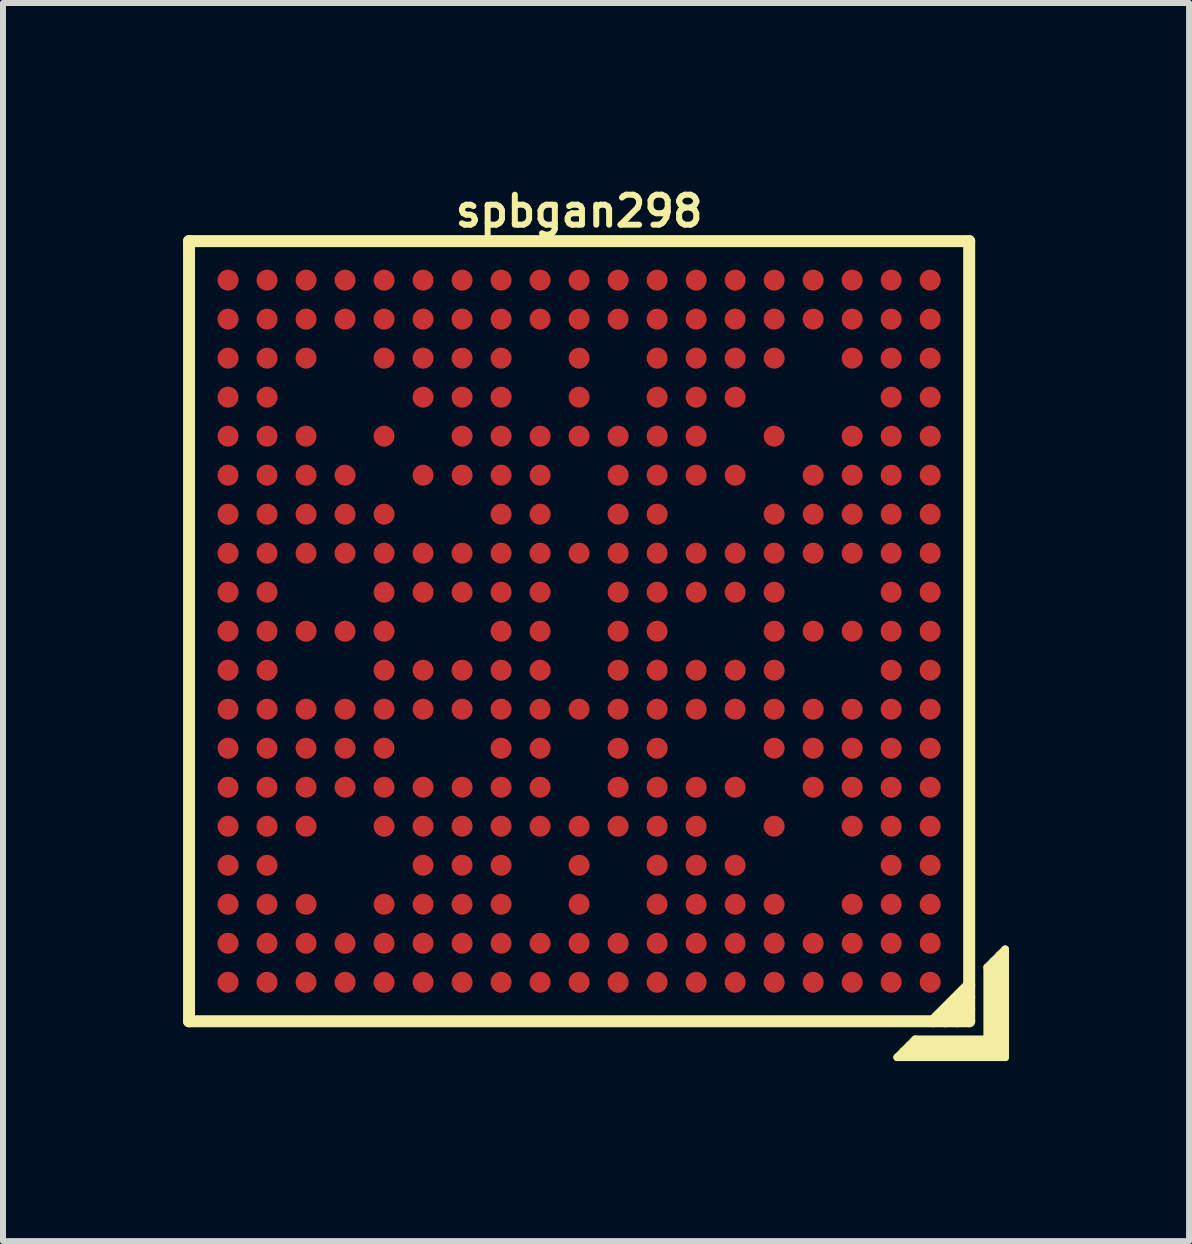
<source format=kicad_pcb>
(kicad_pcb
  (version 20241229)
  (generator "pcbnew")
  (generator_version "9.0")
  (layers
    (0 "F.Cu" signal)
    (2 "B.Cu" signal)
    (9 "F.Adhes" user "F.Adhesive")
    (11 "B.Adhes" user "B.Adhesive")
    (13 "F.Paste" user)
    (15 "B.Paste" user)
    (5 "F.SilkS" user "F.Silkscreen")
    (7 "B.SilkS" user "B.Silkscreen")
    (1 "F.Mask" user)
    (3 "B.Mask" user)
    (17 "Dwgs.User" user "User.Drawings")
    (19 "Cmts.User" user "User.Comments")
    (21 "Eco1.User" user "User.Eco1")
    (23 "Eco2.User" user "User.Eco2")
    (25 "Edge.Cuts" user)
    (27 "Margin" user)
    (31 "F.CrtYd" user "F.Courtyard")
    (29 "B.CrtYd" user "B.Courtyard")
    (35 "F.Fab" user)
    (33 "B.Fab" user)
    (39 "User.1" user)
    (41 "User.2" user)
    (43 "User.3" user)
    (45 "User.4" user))
  (footprint "spbgan298"
    (layer "F.Cu")
    (at 6.6 7.468)
    (property "Reference" "spbgan298" (at 0 -7 0) (layer "F.SilkS") (effects (font (size 0.5 0.5) (thickness 0.1))))
    (attr through_hole)
    (fp_line (start -6.5 -6.5) (end 6.5 -6.5) (stroke (width 0.2) (type solid)) (layer "F.SilkS"))
    (fp_line (start -6.5 6.5) (end -6.5 -6.5) (stroke (width 0.2) (type solid)) (layer "F.SilkS"))
    (fp_line (start 5.3 7.1) (end 5.6 6.8) (stroke (width 0.127) (type solid)) (layer "F.SilkS"))
    (fp_line (start 5.4 7) (end 7 7) (stroke (width 0.127) (type solid)) (layer "F.SilkS"))
    (fp_line (start 5.6 6.8) (end 6.8 6.8) (stroke (width 0.127) (type solid)) (layer "F.SilkS"))
    (fp_line (start 6.3 6.5) (end 6.5 6.3) (stroke (width 0.2) (type solid)) (layer "F.SilkS"))
    (fp_line (start 6.5 -6.5) (end 6.5 6.5) (stroke (width 0.2) (type solid)) (layer "F.SilkS"))
    (fp_line (start 6.5 5.9) (end 5.9 6.5) (stroke (width 0.2) (type solid)) (layer "F.SilkS"))
    (fp_line (start 6.5 6.1) (end 6.1 6.5) (stroke (width 0.2) (type solid)) (layer "F.SilkS"))
    (fp_line (start 6.5 6.5) (end -6.5 6.5) (stroke (width 0.2) (type solid)) (layer "F.SilkS"))
    (fp_line (start 6.8 5.6) (end 7.1 5.3) (stroke (width 0.127) (type solid)) (layer "F.SilkS"))
    (fp_line (start 6.8 6.8) (end 6.8 5.6) (stroke (width 0.127) (type solid)) (layer "F.SilkS"))
    (fp_line (start 6.9 5.5) (end 6.9 6.9) (stroke (width 0.127) (type solid)) (layer "F.SilkS"))
    (fp_line (start 6.9 6.9) (end 5.5 6.9) (stroke (width 0.127) (type solid)) (layer "F.SilkS"))
    (fp_line (start 7 7) (end 7 5.4) (stroke (width 0.127) (type solid)) (layer "F.SilkS"))
    (fp_line (start 7.1 5.3) (end 7.1 7.1) (stroke (width 0.127) (type solid)) (layer "F.SilkS"))
    (fp_line (start 7.1 7.1) (end 5.3 7.1) (stroke (width 0.127) (type solid)) (layer "F.SilkS"))
    (pad "A1" smd circle (at 5.85 5.85) (size 0.35 0.35) (layers "F.Cu" "F.Mask" "F.Paste"))
    (pad "A2" smd circle (at 5.2 5.85) (size 0.35 0.35) (layers "F.Cu" "F.Mask" "F.Paste"))
    (pad "A3" smd circle (at 4.55 5.85) (size 0.35 0.35) (layers "F.Cu" "F.Mask" "F.Paste"))
    (pad "A4" smd circle (at 3.9 5.85) (size 0.35 0.35) (layers "F.Cu" "F.Mask" "F.Paste"))
    (pad "A5" smd circle (at 3.25 5.85) (size 0.35 0.35) (layers "F.Cu" "F.Mask" "F.Paste"))
    (pad "A6" smd circle (at 2.6 5.85) (size 0.35 0.35) (layers "F.Cu" "F.Mask" "F.Paste"))
    (pad "A7" smd circle (at 1.95 5.85) (size 0.35 0.35) (layers "F.Cu" "F.Mask" "F.Paste"))
    (pad "A8" smd circle (at 1.3 5.85) (size 0.35 0.35) (layers "F.Cu" "F.Mask" "F.Paste"))
    (pad "A9" smd circle (at 0.65 5.85) (size 0.35 0.35) (layers "F.Cu" "F.Mask" "F.Paste"))
    (pad "A10" smd circle (at 0 5.85) (size 0.35 0.35) (layers "F.Cu" "F.Mask" "F.Paste"))
    (pad "A11" smd circle (at -0.65 5.85) (size 0.35 0.35) (layers "F.Cu" "F.Mask" "F.Paste"))
    (pad "A12" smd circle (at -1.3 5.85) (size 0.35 0.35) (layers "F.Cu" "F.Mask" "F.Paste"))
    (pad "A13" smd circle (at -1.95 5.85) (size 0.35 0.35) (layers "F.Cu" "F.Mask" "F.Paste"))
    (pad "A14" smd circle (at -2.6 5.85) (size 0.35 0.35) (layers "F.Cu" "F.Mask" "F.Paste"))
    (pad "A15" smd circle (at -3.25 5.85) (size 0.35 0.35) (layers "F.Cu" "F.Mask" "F.Paste"))
    (pad "A16" smd circle (at -3.9 5.85) (size 0.35 0.35) (layers "F.Cu" "F.Mask" "F.Paste"))
    (pad "A17" smd circle (at -4.55 5.85) (size 0.35 0.35) (layers "F.Cu" "F.Mask" "F.Paste"))
    (pad "A18" smd circle (at -5.2 5.85) (size 0.35 0.35) (layers "F.Cu" "F.Mask" "F.Paste"))
    (pad "A19" smd circle (at -5.85 5.85) (size 0.35 0.35) (layers "F.Cu" "F.Mask" "F.Paste"))
    (pad "B1" smd circle (at 5.85 5.2) (size 0.35 0.35) (layers "F.Cu" "F.Mask" "F.Paste"))
    (pad "B2" smd circle (at 5.2 5.2) (size 0.35 0.35) (layers "F.Cu" "F.Mask" "F.Paste"))
    (pad "B3" smd circle (at 4.55 5.2) (size 0.35 0.35) (layers "F.Cu" "F.Mask" "F.Paste"))
    (pad "B4" smd circle (at 3.9 5.2) (size 0.35 0.35) (layers "F.Cu" "F.Mask" "F.Paste"))
    (pad "B5" smd circle (at 3.25 5.2) (size 0.35 0.35) (layers "F.Cu" "F.Mask" "F.Paste"))
    (pad "B6" smd circle (at 2.6 5.2) (size 0.35 0.35) (layers "F.Cu" "F.Mask" "F.Paste"))
    (pad "B7" smd circle (at 1.95 5.2) (size 0.35 0.35) (layers "F.Cu" "F.Mask" "F.Paste"))
    (pad "B8" smd circle (at 1.3 5.2) (size 0.35 0.35) (layers "F.Cu" "F.Mask" "F.Paste"))
    (pad "B9" smd circle (at 0.65 5.2) (size 0.35 0.35) (layers "F.Cu" "F.Mask" "F.Paste"))
    (pad "B10" smd circle (at 0 5.2) (size 0.35 0.35) (layers "F.Cu" "F.Mask" "F.Paste"))
    (pad "B11" smd circle (at -0.65 5.2) (size 0.35 0.35) (layers "F.Cu" "F.Mask" "F.Paste"))
    (pad "B12" smd circle (at -1.3 5.2) (size 0.35 0.35) (layers "F.Cu" "F.Mask" "F.Paste"))
    (pad "B13" smd circle (at -1.95 5.2) (size 0.35 0.35) (layers "F.Cu" "F.Mask" "F.Paste"))
    (pad "B14" smd circle (at -2.6 5.2) (size 0.35 0.35) (layers "F.Cu" "F.Mask" "F.Paste"))
    (pad "B15" smd circle (at -3.25 5.2) (size 0.35 0.35) (layers "F.Cu" "F.Mask" "F.Paste"))
    (pad "B16" smd circle (at -3.9 5.2) (size 0.35 0.35) (layers "F.Cu" "F.Mask" "F.Paste"))
    (pad "B17" smd circle (at -4.55 5.2) (size 0.35 0.35) (layers "F.Cu" "F.Mask" "F.Paste"))
    (pad "B18" smd circle (at -5.2 5.2) (size 0.35 0.35) (layers "F.Cu" "F.Mask" "F.Paste"))
    (pad "B19" smd circle (at -5.85 5.2) (size 0.35 0.35) (layers "F.Cu" "F.Mask" "F.Paste"))
    (pad "C1" smd circle (at 5.85 4.55) (size 0.35 0.35) (layers "F.Cu" "F.Mask" "F.Paste"))
    (pad "C2" smd circle (at 5.2 4.55) (size 0.35 0.35) (layers "F.Cu" "F.Mask" "F.Paste"))
    (pad "C3" smd circle (at 4.55 4.55) (size 0.35 0.35) (layers "F.Cu" "F.Mask" "F.Paste"))
    (pad "C5" smd circle (at 3.25 4.55) (size 0.35 0.35) (layers "F.Cu" "F.Mask" "F.Paste"))
    (pad "C6" smd circle (at 2.6 4.55) (size 0.35 0.35) (layers "F.Cu" "F.Mask" "F.Paste"))
    (pad "C7" smd circle (at 1.95 4.55) (size 0.35 0.35) (layers "F.Cu" "F.Mask" "F.Paste"))
    (pad "C8" smd circle (at 1.3 4.55) (size 0.35 0.35) (layers "F.Cu" "F.Mask" "F.Paste"))
    (pad "C10" smd circle (at 0 4.55) (size 0.35 0.35) (layers "F.Cu" "F.Mask" "F.Paste"))
    (pad "C12" smd circle (at -1.3 4.55) (size 0.35 0.35) (layers "F.Cu" "F.Mask" "F.Paste"))
    (pad "C13" smd circle (at -1.95 4.55) (size 0.35 0.35) (layers "F.Cu" "F.Mask" "F.Paste"))
    (pad "C14" smd circle (at -2.6 4.55) (size 0.35 0.35) (layers "F.Cu" "F.Mask" "F.Paste"))
    (pad "C15" smd circle (at -3.25 4.55) (size 0.35 0.35) (layers "F.Cu" "F.Mask" "F.Paste"))
    (pad "C17" smd circle (at -4.55 4.55) (size 0.35 0.35) (layers "F.Cu" "F.Mask" "F.Paste"))
    (pad "C18" smd circle (at -5.2 4.55) (size 0.35 0.35) (layers "F.Cu" "F.Mask" "F.Paste"))
    (pad "C19" smd circle (at -5.85 4.55) (size 0.35 0.35) (layers "F.Cu" "F.Mask" "F.Paste"))
    (pad "D1" smd circle (at 5.85 3.9) (size 0.35 0.35) (layers "F.Cu" "F.Mask" "F.Paste"))
    (pad "D2" smd circle (at 5.2 3.9) (size 0.35 0.35) (layers "F.Cu" "F.Mask" "F.Paste"))
    (pad "D6" smd circle (at 2.6 3.9) (size 0.35 0.35) (layers "F.Cu" "F.Mask" "F.Paste"))
    (pad "D7" smd circle (at 1.95 3.9) (size 0.35 0.35) (layers "F.Cu" "F.Mask" "F.Paste"))
    (pad "D8" smd circle (at 1.3 3.9) (size 0.35 0.35) (layers "F.Cu" "F.Mask" "F.Paste"))
    (pad "D10" smd circle (at 0 3.9) (size 0.35 0.35) (layers "F.Cu" "F.Mask" "F.Paste"))
    (pad "D12" smd circle (at -1.3 3.9) (size 0.35 0.35) (layers "F.Cu" "F.Mask" "F.Paste"))
    (pad "D13" smd circle (at -1.95 3.9) (size 0.35 0.35) (layers "F.Cu" "F.Mask" "F.Paste"))
    (pad "D14" smd circle (at -2.6 3.9) (size 0.35 0.35) (layers "F.Cu" "F.Mask" "F.Paste"))
    (pad "D18" smd circle (at -5.2 3.9) (size 0.35 0.35) (layers "F.Cu" "F.Mask" "F.Paste"))
    (pad "D19" smd circle (at -5.85 3.9) (size 0.35 0.35) (layers "F.Cu" "F.Mask" "F.Paste"))
    (pad "E1" smd circle (at 5.85 3.25) (size 0.35 0.35) (layers "F.Cu" "F.Mask" "F.Paste"))
    (pad "E2" smd circle (at 5.2 3.25) (size 0.35 0.35) (layers "F.Cu" "F.Mask" "F.Paste"))
    (pad "E3" smd circle (at 4.55 3.25) (size 0.35 0.35) (layers "F.Cu" "F.Mask" "F.Paste"))
    (pad "E5" smd circle (at 3.25 3.25) (size 0.35 0.35) (layers "F.Cu" "F.Mask" "F.Paste"))
    (pad "E7" smd circle (at 1.95 3.25) (size 0.35 0.35) (layers "F.Cu" "F.Mask" "F.Paste"))
    (pad "E8" smd circle (at 1.3 3.25) (size 0.35 0.35) (layers "F.Cu" "F.Mask" "F.Paste"))
    (pad "E9" smd circle (at 0.65 3.25) (size 0.35 0.35) (layers "F.Cu" "F.Mask" "F.Paste"))
    (pad "E10" smd circle (at 0 3.25) (size 0.35 0.35) (layers "F.Cu" "F.Mask" "F.Paste"))
    (pad "E11" smd circle (at -0.65 3.25) (size 0.35 0.35) (layers "F.Cu" "F.Mask" "F.Paste"))
    (pad "E12" smd circle (at -1.3 3.25) (size 0.35 0.35) (layers "F.Cu" "F.Mask" "F.Paste"))
    (pad "E13" smd circle (at -1.95 3.25) (size 0.35 0.35) (layers "F.Cu" "F.Mask" "F.Paste"))
    (pad "E14" smd circle (at -2.6 3.25) (size 0.35 0.35) (layers "F.Cu" "F.Mask" "F.Paste"))
    (pad "E15" smd circle (at -3.25 3.25) (size 0.35 0.35) (layers "F.Cu" "F.Mask" "F.Paste"))
    (pad "E17" smd circle (at -4.55 3.25) (size 0.35 0.35) (layers "F.Cu" "F.Mask" "F.Paste"))
    (pad "E18" smd circle (at -5.2 3.25) (size 0.35 0.35) (layers "F.Cu" "F.Mask" "F.Paste"))
    (pad "E19" smd circle (at -5.85 3.25) (size 0.35 0.35) (layers "F.Cu" "F.Mask" "F.Paste"))
    (pad "F1" smd circle (at 5.85 2.6) (size 0.35 0.35) (layers "F.Cu" "F.Mask" "F.Paste"))
    (pad "F2" smd circle (at 5.2 2.6) (size 0.35 0.35) (layers "F.Cu" "F.Mask" "F.Paste"))
    (pad "F3" smd circle (at 4.55 2.6) (size 0.35 0.35) (layers "F.Cu" "F.Mask" "F.Paste"))
    (pad "F4" smd circle (at 3.9 2.6) (size 0.35 0.35) (layers "F.Cu" "F.Mask" "F.Paste"))
    (pad "F6" smd circle (at 2.6 2.6) (size 0.35 0.35) (layers "F.Cu" "F.Mask" "F.Paste"))
    (pad "F7" smd circle (at 1.95 2.6) (size 0.35 0.35) (layers "F.Cu" "F.Mask" "F.Paste"))
    (pad "F8" smd circle (at 1.3 2.6) (size 0.35 0.35) (layers "F.Cu" "F.Mask" "F.Paste"))
    (pad "F9" smd circle (at 0.65 2.6) (size 0.35 0.35) (layers "F.Cu" "F.Mask" "F.Paste"))
    (pad "F11" smd circle (at -0.65 2.6) (size 0.35 0.35) (layers "F.Cu" "F.Mask" "F.Paste"))
    (pad "F12" smd circle (at -1.3 2.6) (size 0.35 0.35) (layers "F.Cu" "F.Mask" "F.Paste"))
    (pad "F13" smd circle (at -1.95 2.6) (size 0.35 0.35) (layers "F.Cu" "F.Mask" "F.Paste"))
    (pad "F14" smd circle (at -2.6 2.6) (size 0.35 0.35) (layers "F.Cu" "F.Mask" "F.Paste"))
    (pad "F15" smd circle (at -3.25 2.6) (size 0.35 0.35) (layers "F.Cu" "F.Mask" "F.Paste"))
    (pad "F16" smd circle (at -3.9 2.6) (size 0.35 0.35) (layers "F.Cu" "F.Mask" "F.Paste"))
    (pad "F17" smd circle (at -4.55 2.6) (size 0.35 0.35) (layers "F.Cu" "F.Mask" "F.Paste"))
    (pad "F18" smd circle (at -5.2 2.6) (size 0.35 0.35) (layers "F.Cu" "F.Mask" "F.Paste"))
    (pad "F19" smd circle (at -5.85 2.6) (size 0.35 0.35) (layers "F.Cu" "F.Mask" "F.Paste"))
    (pad "G1" smd circle (at 5.85 1.95) (size 0.35 0.35) (layers "F.Cu" "F.Mask" "F.Paste"))
    (pad "G2" smd circle (at 5.2 1.95) (size 0.35 0.35) (layers "F.Cu" "F.Mask" "F.Paste"))
    (pad "G3" smd circle (at 4.55 1.95) (size 0.35 0.35) (layers "F.Cu" "F.Mask" "F.Paste"))
    (pad "G4" smd circle (at 3.9 1.95) (size 0.35 0.35) (layers "F.Cu" "F.Mask" "F.Paste"))
    (pad "G5" smd circle (at 3.25 1.95) (size 0.35 0.35) (layers "F.Cu" "F.Mask" "F.Paste"))
    (pad "G8" smd circle (at 1.3 1.95) (size 0.35 0.35) (layers "F.Cu" "F.Mask" "F.Paste"))
    (pad "G9" smd circle (at 0.65 1.95) (size 0.35 0.35) (layers "F.Cu" "F.Mask" "F.Paste"))
    (pad "G11" smd circle (at -0.65 1.95) (size 0.35 0.35) (layers "F.Cu" "F.Mask" "F.Paste"))
    (pad "G12" smd circle (at -1.3 1.95) (size 0.35 0.35) (layers "F.Cu" "F.Mask" "F.Paste"))
    (pad "G15" smd circle (at -3.25 1.95) (size 0.35 0.35) (layers "F.Cu" "F.Mask" "F.Paste"))
    (pad "G16" smd circle (at -3.9 1.95) (size 0.35 0.35) (layers "F.Cu" "F.Mask" "F.Paste"))
    (pad "G17" smd circle (at -4.55 1.95) (size 0.35 0.35) (layers "F.Cu" "F.Mask" "F.Paste"))
    (pad "G18" smd circle (at -5.2 1.95) (size 0.35 0.35) (layers "F.Cu" "F.Mask" "F.Paste"))
    (pad "G19" smd circle (at -5.85 1.95) (size 0.35 0.35) (layers "F.Cu" "F.Mask" "F.Paste"))
    (pad "H1" smd circle (at 5.85 1.3) (size 0.35 0.35) (layers "F.Cu" "F.Mask" "F.Paste"))
    (pad "H2" smd circle (at 5.2 1.3) (size 0.35 0.35) (layers "F.Cu" "F.Mask" "F.Paste"))
    (pad "H3" smd circle (at 4.55 1.3) (size 0.35 0.35) (layers "F.Cu" "F.Mask" "F.Paste"))
    (pad "H4" smd circle (at 3.9 1.3) (size 0.35 0.35) (layers "F.Cu" "F.Mask" "F.Paste"))
    (pad "H5" smd circle (at 3.25 1.3) (size 0.35 0.35) (layers "F.Cu" "F.Mask" "F.Paste"))
    (pad "H6" smd circle (at 2.6 1.3) (size 0.35 0.35) (layers "F.Cu" "F.Mask" "F.Paste"))
    (pad "H7" smd circle (at 1.95 1.3) (size 0.35 0.35) (layers "F.Cu" "F.Mask" "F.Paste"))
    (pad "H8" smd circle (at 1.3 1.3) (size 0.35 0.35) (layers "F.Cu" "F.Mask" "F.Paste"))
    (pad "H9" smd circle (at 0.65 1.3) (size 0.35 0.35) (layers "F.Cu" "F.Mask" "F.Paste"))
    (pad "H10" smd circle (at 0 1.3) (size 0.35 0.35) (layers "F.Cu" "F.Mask" "F.Paste"))
    (pad "H11" smd circle (at -0.65 1.3) (size 0.35 0.35) (layers "F.Cu" "F.Mask" "F.Paste"))
    (pad "H12" smd circle (at -1.3 1.3) (size 0.35 0.35) (layers "F.Cu" "F.Mask" "F.Paste"))
    (pad "H13" smd circle (at -1.95 1.3) (size 0.35 0.35) (layers "F.Cu" "F.Mask" "F.Paste"))
    (pad "H14" smd circle (at -2.6 1.3) (size 0.35 0.35) (layers "F.Cu" "F.Mask" "F.Paste"))
    (pad "H15" smd circle (at -3.25 1.3) (size 0.35 0.35) (layers "F.Cu" "F.Mask" "F.Paste"))
    (pad "H16" smd circle (at -3.9 1.3) (size 0.35 0.35) (layers "F.Cu" "F.Mask" "F.Paste"))
    (pad "H17" smd circle (at -4.55 1.3) (size 0.35 0.35) (layers "F.Cu" "F.Mask" "F.Paste"))
    (pad "H18" smd circle (at -5.2 1.3) (size 0.35 0.35) (layers "F.Cu" "F.Mask" "F.Paste"))
    (pad "H19" smd circle (at -5.85 1.3) (size 0.35 0.35) (layers "F.Cu" "F.Mask" "F.Paste"))
    (pad "J1" smd circle (at 5.85 0.65) (size 0.35 0.35) (layers "F.Cu" "F.Mask" "F.Paste"))
    (pad "J2" smd circle (at 5.2 0.65) (size 0.35 0.35) (layers "F.Cu" "F.Mask" "F.Paste"))
    (pad "J5" smd circle (at 3.25 0.65) (size 0.35 0.35) (layers "F.Cu" "F.Mask" "F.Paste"))
    (pad "J6" smd circle (at 2.6 0.65) (size 0.35 0.35) (layers "F.Cu" "F.Mask" "F.Paste"))
    (pad "J7" smd circle (at 1.95 0.65) (size 0.35 0.35) (layers "F.Cu" "F.Mask" "F.Paste"))
    (pad "J8" smd circle (at 1.3 0.65) (size 0.35 0.35) (layers "F.Cu" "F.Mask" "F.Paste"))
    (pad "J9" smd circle (at 0.65 0.65) (size 0.35 0.35) (layers "F.Cu" "F.Mask" "F.Paste"))
    (pad "J11" smd circle (at -0.65 0.65) (size 0.35 0.35) (layers "F.Cu" "F.Mask" "F.Paste"))
    (pad "J12" smd circle (at -1.3 0.65) (size 0.35 0.35) (layers "F.Cu" "F.Mask" "F.Paste"))
    (pad "J13" smd circle (at -1.95 0.65) (size 0.35 0.35) (layers "F.Cu" "F.Mask" "F.Paste"))
    (pad "J14" smd circle (at -2.6 0.65) (size 0.35 0.35) (layers "F.Cu" "F.Mask" "F.Paste"))
    (pad "J15" smd circle (at -3.25 0.65) (size 0.35 0.35) (layers "F.Cu" "F.Mask" "F.Paste"))
    (pad "J18" smd circle (at -5.2 0.65) (size 0.35 0.35) (layers "F.Cu" "F.Mask" "F.Paste"))
    (pad "J19" smd circle (at -5.85 0.65) (size 0.35 0.35) (layers "F.Cu" "F.Mask" "F.Paste"))
    (pad "K1" smd circle (at 5.85 0) (size 0.35 0.35) (layers "F.Cu" "F.Mask" "F.Paste"))
    (pad "K2" smd circle (at 5.2 0) (size 0.35 0.35) (layers "F.Cu" "F.Mask" "F.Paste"))
    (pad "K3" smd circle (at 4.55 0) (size 0.35 0.35) (layers "F.Cu" "F.Mask" "F.Paste"))
    (pad "K4" smd circle (at 3.9 0) (size 0.35 0.35) (layers "F.Cu" "F.Mask" "F.Paste"))
    (pad "K5" smd circle (at 3.25 0) (size 0.35 0.35) (layers "F.Cu" "F.Mask" "F.Paste"))
    (pad "K8" smd circle (at 1.3 0) (size 0.35 0.35) (layers "F.Cu" "F.Mask" "F.Paste"))
    (pad "K9" smd circle (at 0.65 0) (size 0.35 0.35) (layers "F.Cu" "F.Mask" "F.Paste"))
    (pad "K11" smd circle (at -0.65 0) (size 0.35 0.35) (layers "F.Cu" "F.Mask" "F.Paste"))
    (pad "K12" smd circle (at -1.3 0) (size 0.35 0.35) (layers "F.Cu" "F.Mask" "F.Paste"))
    (pad "K15" smd circle (at -3.25 0) (size 0.35 0.35) (layers "F.Cu" "F.Mask" "F.Paste"))
    (pad "K16" smd circle (at -3.9 0) (size 0.35 0.35) (layers "F.Cu" "F.Mask" "F.Paste"))
    (pad "K17" smd circle (at -4.55 0) (size 0.35 0.35) (layers "F.Cu" "F.Mask" "F.Paste"))
    (pad "K18" smd circle (at -5.2 0) (size 0.35 0.35) (layers "F.Cu" "F.Mask" "F.Paste"))
    (pad "K19" smd circle (at -5.85 0) (size 0.35 0.35) (layers "F.Cu" "F.Mask" "F.Paste"))
    (pad "L1" smd circle (at 5.85 -0.65) (size 0.35 0.35) (layers "F.Cu" "F.Mask" "F.Paste"))
    (pad "L2" smd circle (at 5.2 -0.65) (size 0.35 0.35) (layers "F.Cu" "F.Mask" "F.Paste"))
    (pad "L5" smd circle (at 3.25 -0.65) (size 0.35 0.35) (layers "F.Cu" "F.Mask" "F.Paste"))
    (pad "L6" smd circle (at 2.6 -0.65) (size 0.35 0.35) (layers "F.Cu" "F.Mask" "F.Paste"))
    (pad "L7" smd circle (at 1.95 -0.65) (size 0.35 0.35) (layers "F.Cu" "F.Mask" "F.Paste"))
    (pad "L8" smd circle (at 1.3 -0.65) (size 0.35 0.35) (layers "F.Cu" "F.Mask" "F.Paste"))
    (pad "L9" smd circle (at 0.65 -0.65) (size 0.35 0.35) (layers "F.Cu" "F.Mask" "F.Paste"))
    (pad "L11" smd circle (at -0.65 -0.65) (size 0.35 0.35) (layers "F.Cu" "F.Mask" "F.Paste"))
    (pad "L12" smd circle (at -1.3 -0.65) (size 0.35 0.35) (layers "F.Cu" "F.Mask" "F.Paste"))
    (pad "L13" smd circle (at -1.95 -0.65) (size 0.35 0.35) (layers "F.Cu" "F.Mask" "F.Paste"))
    (pad "L14" smd circle (at -2.6 -0.65) (size 0.35 0.35) (layers "F.Cu" "F.Mask" "F.Paste"))
    (pad "L15" smd circle (at -3.25 -0.65) (size 0.35 0.35) (layers "F.Cu" "F.Mask" "F.Paste"))
    (pad "L18" smd circle (at -5.2 -0.65) (size 0.35 0.35) (layers "F.Cu" "F.Mask" "F.Paste"))
    (pad "L19" smd circle (at -5.85 -0.65) (size 0.35 0.35) (layers "F.Cu" "F.Mask" "F.Paste"))
    (pad "M1" smd circle (at 5.85 -1.3) (size 0.35 0.35) (layers "F.Cu" "F.Mask" "F.Paste"))
    (pad "M2" smd circle (at 5.2 -1.3) (size 0.35 0.35) (layers "F.Cu" "F.Mask" "F.Paste"))
    (pad "M3" smd circle (at 4.55 -1.3) (size 0.35 0.35) (layers "F.Cu" "F.Mask" "F.Paste"))
    (pad "M4" smd circle (at 3.9 -1.3) (size 0.35 0.35) (layers "F.Cu" "F.Mask" "F.Paste"))
    (pad "M5" smd circle (at 3.25 -1.3) (size 0.35 0.35) (layers "F.Cu" "F.Mask" "F.Paste"))
    (pad "M6" smd circle (at 2.6 -1.3) (size 0.35 0.35) (layers "F.Cu" "F.Mask" "F.Paste"))
    (pad "M7" smd circle (at 1.95 -1.3) (size 0.35 0.35) (layers "F.Cu" "F.Mask" "F.Paste"))
    (pad "M8" smd circle (at 1.3 -1.3) (size 0.35 0.35) (layers "F.Cu" "F.Mask" "F.Paste"))
    (pad "M9" smd circle (at 0.65 -1.3) (size 0.35 0.35) (layers "F.Cu" "F.Mask" "F.Paste"))
    (pad "M10" smd circle (at 0 -1.3) (size 0.35 0.35) (layers "F.Cu" "F.Mask" "F.Paste"))
    (pad "M11" smd circle (at -0.65 -1.3) (size 0.35 0.35) (layers "F.Cu" "F.Mask" "F.Paste"))
    (pad "M12" smd circle (at -1.3 -1.3) (size 0.35 0.35) (layers "F.Cu" "F.Mask" "F.Paste"))
    (pad "M13" smd circle (at -1.95 -1.3) (size 0.35 0.35) (layers "F.Cu" "F.Mask" "F.Paste"))
    (pad "M14" smd circle (at -2.6 -1.3) (size 0.35 0.35) (layers "F.Cu" "F.Mask" "F.Paste"))
    (pad "M15" smd circle (at -3.25 -1.3) (size 0.35 0.35) (layers "F.Cu" "F.Mask" "F.Paste"))
    (pad "M16" smd circle (at -3.9 -1.3) (size 0.35 0.35) (layers "F.Cu" "F.Mask" "F.Paste"))
    (pad "M17" smd circle (at -4.55 -1.3) (size 0.35 0.35) (layers "F.Cu" "F.Mask" "F.Paste"))
    (pad "M18" smd circle (at -5.2 -1.3) (size 0.35 0.35) (layers "F.Cu" "F.Mask" "F.Paste"))
    (pad "M19" smd circle (at -5.85 -1.3) (size 0.35 0.35) (layers "F.Cu" "F.Mask" "F.Paste"))
    (pad "N1" smd circle (at 5.85 -1.95) (size 0.35 0.35) (layers "F.Cu" "F.Mask" "F.Paste"))
    (pad "N2" smd circle (at 5.2 -1.95) (size 0.35 0.35) (layers "F.Cu" "F.Mask" "F.Paste"))
    (pad "N3" smd circle (at 4.55 -1.95) (size 0.35 0.35) (layers "F.Cu" "F.Mask" "F.Paste"))
    (pad "N4" smd circle (at 3.9 -1.95) (size 0.35 0.35) (layers "F.Cu" "F.Mask" "F.Paste"))
    (pad "N5" smd circle (at 3.25 -1.95) (size 0.35 0.35) (layers "F.Cu" "F.Mask" "F.Paste"))
    (pad "N8" smd circle (at 1.3 -1.95) (size 0.35 0.35) (layers "F.Cu" "F.Mask" "F.Paste"))
    (pad "N9" smd circle (at 0.65 -1.95) (size 0.35 0.35) (layers "F.Cu" "F.Mask" "F.Paste"))
    (pad "N11" smd circle (at -0.65 -1.95) (size 0.35 0.35) (layers "F.Cu" "F.Mask" "F.Paste"))
    (pad "N12" smd circle (at -1.3 -1.95) (size 0.35 0.35) (layers "F.Cu" "F.Mask" "F.Paste"))
    (pad "N15" smd circle (at -3.25 -1.95) (size 0.35 0.35) (layers "F.Cu" "F.Mask" "F.Paste"))
    (pad "N16" smd circle (at -3.9 -1.95) (size 0.35 0.35) (layers "F.Cu" "F.Mask" "F.Paste"))
    (pad "N17" smd circle (at -4.55 -1.95) (size 0.35 0.35) (layers "F.Cu" "F.Mask" "F.Paste"))
    (pad "N18" smd circle (at -5.2 -1.95) (size 0.35 0.35) (layers "F.Cu" "F.Mask" "F.Paste"))
    (pad "N19" smd circle (at -5.85 -1.95) (size 0.35 0.35) (layers "F.Cu" "F.Mask" "F.Paste"))
    (pad "P1" smd circle (at 5.85 -2.6) (size 0.35 0.35) (layers "F.Cu" "F.Mask" "F.Paste"))
    (pad "P2" smd circle (at 5.2 -2.6) (size 0.35 0.35) (layers "F.Cu" "F.Mask" "F.Paste"))
    (pad "P3" smd circle (at 4.55 -2.6) (size 0.35 0.35) (layers "F.Cu" "F.Mask" "F.Paste"))
    (pad "P4" smd circle (at 3.9 -2.6) (size 0.35 0.35) (layers "F.Cu" "F.Mask" "F.Paste"))
    (pad "P6" smd circle (at 2.6 -2.6) (size 0.35 0.35) (layers "F.Cu" "F.Mask" "F.Paste"))
    (pad "P7" smd circle (at 1.95 -2.6) (size 0.35 0.35) (layers "F.Cu" "F.Mask" "F.Paste"))
    (pad "P8" smd circle (at 1.3 -2.6) (size 0.35 0.35) (layers "F.Cu" "F.Mask" "F.Paste"))
    (pad "P9" smd circle (at 0.65 -2.6) (size 0.35 0.35) (layers "F.Cu" "F.Mask" "F.Paste"))
    (pad "P11" smd circle (at -0.65 -2.6) (size 0.35 0.35) (layers "F.Cu" "F.Mask" "F.Paste"))
    (pad "P12" smd circle (at -1.3 -2.6) (size 0.35 0.35) (layers "F.Cu" "F.Mask" "F.Paste"))
    (pad "P13" smd circle (at -1.95 -2.6) (size 0.35 0.35) (layers "F.Cu" "F.Mask" "F.Paste"))
    (pad "P14" smd circle (at -2.6 -2.6) (size 0.35 0.35) (layers "F.Cu" "F.Mask" "F.Paste"))
    (pad "P16" smd circle (at -3.9 -2.6) (size 0.35 0.35) (layers "F.Cu" "F.Mask" "F.Paste"))
    (pad "P17" smd circle (at -4.55 -2.6) (size 0.35 0.35) (layers "F.Cu" "F.Mask" "F.Paste"))
    (pad "P18" smd circle (at -5.2 -2.6) (size 0.35 0.35) (layers "F.Cu" "F.Mask" "F.Paste"))
    (pad "P19" smd circle (at -5.85 -2.6) (size 0.35 0.35) (layers "F.Cu" "F.Mask" "F.Paste"))
    (pad "R1" smd circle (at 5.85 -3.25) (size 0.35 0.35) (layers "F.Cu" "F.Mask" "F.Paste"))
    (pad "R2" smd circle (at 5.2 -3.25) (size 0.35 0.35) (layers "F.Cu" "F.Mask" "F.Paste"))
    (pad "R3" smd circle (at 4.55 -3.25) (size 0.35 0.35) (layers "F.Cu" "F.Mask" "F.Paste"))
    (pad "R5" smd circle (at 3.25 -3.25) (size 0.35 0.35) (layers "F.Cu" "F.Mask" "F.Paste"))
    (pad "R7" smd circle (at 1.95 -3.25) (size 0.35 0.35) (layers "F.Cu" "F.Mask" "F.Paste"))
    (pad "R8" smd circle (at 1.3 -3.25) (size 0.35 0.35) (layers "F.Cu" "F.Mask" "F.Paste"))
    (pad "R9" smd circle (at 0.65 -3.25) (size 0.35 0.35) (layers "F.Cu" "F.Mask" "F.Paste"))
    (pad "R10" smd circle (at 0 -3.25) (size 0.35 0.35) (layers "F.Cu" "F.Mask" "F.Paste"))
    (pad "R11" smd circle (at -0.65 -3.25) (size 0.35 0.35) (layers "F.Cu" "F.Mask" "F.Paste"))
    (pad "R12" smd circle (at -1.3 -3.25) (size 0.35 0.35) (layers "F.Cu" "F.Mask" "F.Paste"))
    (pad "R13" smd circle (at -1.95 -3.25) (size 0.35 0.35) (layers "F.Cu" "F.Mask" "F.Paste"))
    (pad "R15" smd circle (at -3.25 -3.25) (size 0.35 0.35) (layers "F.Cu" "F.Mask" "F.Paste"))
    (pad "R17" smd circle (at -4.55 -3.25) (size 0.35 0.35) (layers "F.Cu" "F.Mask" "F.Paste"))
    (pad "R18" smd circle (at -5.2 -3.25) (size 0.35 0.35) (layers "F.Cu" "F.Mask" "F.Paste"))
    (pad "R19" smd circle (at -5.85 -3.25) (size 0.35 0.35) (layers "F.Cu" "F.Mask" "F.Paste"))
    (pad "T1" smd circle (at 5.85 -3.9) (size 0.35 0.35) (layers "F.Cu" "F.Mask" "F.Paste"))
    (pad "T2" smd circle (at 5.2 -3.9) (size 0.35 0.35) (layers "F.Cu" "F.Mask" "F.Paste"))
    (pad "T6" smd circle (at 2.6 -3.9) (size 0.35 0.35) (layers "F.Cu" "F.Mask" "F.Paste"))
    (pad "T7" smd circle (at 1.95 -3.9) (size 0.35 0.35) (layers "F.Cu" "F.Mask" "F.Paste"))
    (pad "T8" smd circle (at 1.3 -3.9) (size 0.35 0.35) (layers "F.Cu" "F.Mask" "F.Paste"))
    (pad "T10" smd circle (at 0 -3.9) (size 0.35 0.35) (layers "F.Cu" "F.Mask" "F.Paste"))
    (pad "T12" smd circle (at -1.3 -3.9) (size 0.35 0.35) (layers "F.Cu" "F.Mask" "F.Paste"))
    (pad "T13" smd circle (at -1.95 -3.9) (size 0.35 0.35) (layers "F.Cu" "F.Mask" "F.Paste"))
    (pad "T14" smd circle (at -2.6 -3.9) (size 0.35 0.35) (layers "F.Cu" "F.Mask" "F.Paste"))
    (pad "T18" smd circle (at -5.2 -3.9) (size 0.35 0.35) (layers "F.Cu" "F.Mask" "F.Paste"))
    (pad "T19" smd circle (at -5.85 -3.9) (size 0.35 0.35) (layers "F.Cu" "F.Mask" "F.Paste"))
    (pad "U1" smd circle (at 5.85 -4.55) (size 0.35 0.35) (layers "F.Cu" "F.Mask" "F.Paste"))
    (pad "U2" smd circle (at 5.2 -4.55) (size 0.35 0.35) (layers "F.Cu" "F.Mask" "F.Paste"))
    (pad "U3" smd circle (at 4.55 -4.55) (size 0.35 0.35) (layers "F.Cu" "F.Mask" "F.Paste"))
    (pad "U5" smd circle (at 3.25 -4.55) (size 0.35 0.35) (layers "F.Cu" "F.Mask" "F.Paste"))
    (pad "U6" smd circle (at 2.6 -4.55) (size 0.35 0.35) (layers "F.Cu" "F.Mask" "F.Paste"))
    (pad "U7" smd circle (at 1.95 -4.55) (size 0.35 0.35) (layers "F.Cu" "F.Mask" "F.Paste"))
    (pad "U8" smd circle (at 1.3 -4.55) (size 0.35 0.35) (layers "F.Cu" "F.Mask" "F.Paste"))
    (pad "U10" smd circle (at 0 -4.55) (size 0.35 0.35) (layers "F.Cu" "F.Mask" "F.Paste"))
    (pad "U12" smd circle (at -1.3 -4.55) (size 0.35 0.35) (layers "F.Cu" "F.Mask" "F.Paste"))
    (pad "U13" smd circle (at -1.95 -4.55) (size 0.35 0.35) (layers "F.Cu" "F.Mask" "F.Paste"))
    (pad "U14" smd circle (at -2.6 -4.55) (size 0.35 0.35) (layers "F.Cu" "F.Mask" "F.Paste"))
    (pad "U15" smd circle (at -3.25 -4.55) (size 0.35 0.35) (layers "F.Cu" "F.Mask" "F.Paste"))
    (pad "U17" smd circle (at -4.55 -4.55) (size 0.35 0.35) (layers "F.Cu" "F.Mask" "F.Paste"))
    (pad "U18" smd circle (at -5.2 -4.55) (size 0.35 0.35) (layers "F.Cu" "F.Mask" "F.Paste"))
    (pad "U19" smd circle (at -5.85 -4.55) (size 0.35 0.35) (layers "F.Cu" "F.Mask" "F.Paste"))
    (pad "V1" smd circle (at 5.85 -5.2) (size 0.35 0.35) (layers "F.Cu" "F.Mask" "F.Paste"))
    (pad "V2" smd circle (at 5.2 -5.2) (size 0.35 0.35) (layers "F.Cu" "F.Mask" "F.Paste"))
    (pad "V3" smd circle (at 4.55 -5.2) (size 0.35 0.35) (layers "F.Cu" "F.Mask" "F.Paste"))
    (pad "V4" smd circle (at 3.9 -5.2) (size 0.35 0.35) (layers "F.Cu" "F.Mask" "F.Paste"))
    (pad "V5" smd circle (at 3.25 -5.2) (size 0.35 0.35) (layers "F.Cu" "F.Mask" "F.Paste"))
    (pad "V6" smd circle (at 2.6 -5.2) (size 0.35 0.35) (layers "F.Cu" "F.Mask" "F.Paste"))
    (pad "V7" smd circle (at 1.95 -5.2) (size 0.35 0.35) (layers "F.Cu" "F.Mask" "F.Paste"))
    (pad "V8" smd circle (at 1.3 -5.2) (size 0.35 0.35) (layers "F.Cu" "F.Mask" "F.Paste"))
    (pad "V9" smd circle (at 0.65 -5.2) (size 0.35 0.35) (layers "F.Cu" "F.Mask" "F.Paste"))
    (pad "V10" smd circle (at 0 -5.2) (size 0.35 0.35) (layers "F.Cu" "F.Mask" "F.Paste"))
    (pad "V11" smd circle (at -0.65 -5.2) (size 0.35 0.35) (layers "F.Cu" "F.Mask" "F.Paste"))
    (pad "V12" smd circle (at -1.3 -5.2) (size 0.35 0.35) (layers "F.Cu" "F.Mask" "F.Paste"))
    (pad "V13" smd circle (at -1.95 -5.2) (size 0.35 0.35) (layers "F.Cu" "F.Mask" "F.Paste"))
    (pad "V14" smd circle (at -2.6 -5.2) (size 0.35 0.35) (layers "F.Cu" "F.Mask" "F.Paste"))
    (pad "V15" smd circle (at -3.25 -5.2) (size 0.35 0.35) (layers "F.Cu" "F.Mask" "F.Paste"))
    (pad "V16" smd circle (at -3.9 -5.2) (size 0.35 0.35) (layers "F.Cu" "F.Mask" "F.Paste"))
    (pad "V17" smd circle (at -4.55 -5.2) (size 0.35 0.35) (layers "F.Cu" "F.Mask" "F.Paste"))
    (pad "V18" smd circle (at -5.2 -5.2) (size 0.35 0.35) (layers "F.Cu" "F.Mask" "F.Paste"))
    (pad "V19" smd circle (at -5.85 -5.2) (size 0.35 0.35) (layers "F.Cu" "F.Mask" "F.Paste"))
    (pad "W1" smd circle (at 5.85 -5.85) (size 0.35 0.35) (layers "F.Cu" "F.Mask" "F.Paste"))
    (pad "W2" smd circle (at 5.2 -5.85) (size 0.35 0.35) (layers "F.Cu" "F.Mask" "F.Paste"))
    (pad "W3" smd circle (at 4.55 -5.85) (size 0.35 0.35) (layers "F.Cu" "F.Mask" "F.Paste"))
    (pad "W4" smd circle (at 3.9 -5.85) (size 0.35 0.35) (layers "F.Cu" "F.Mask" "F.Paste"))
    (pad "W5" smd circle (at 3.25 -5.85) (size 0.35 0.35) (layers "F.Cu" "F.Mask" "F.Paste"))
    (pad "W6" smd circle (at 2.6 -5.85) (size 0.35 0.35) (layers "F.Cu" "F.Mask" "F.Paste"))
    (pad "W7" smd circle (at 1.95 -5.85) (size 0.35 0.35) (layers "F.Cu" "F.Mask" "F.Paste"))
    (pad "W8" smd circle (at 1.3 -5.85) (size 0.35 0.35) (layers "F.Cu" "F.Mask" "F.Paste"))
    (pad "W9" smd circle (at 0.65 -5.85) (size 0.35 0.35) (layers "F.Cu" "F.Mask" "F.Paste"))
    (pad "W10" smd circle (at 0 -5.85) (size 0.35 0.35) (layers "F.Cu" "F.Mask" "F.Paste"))
    (pad "W11" smd circle (at -0.65 -5.85) (size 0.35 0.35) (layers "F.Cu" "F.Mask" "F.Paste"))
    (pad "W12" smd circle (at -1.3 -5.85) (size 0.35 0.35) (layers "F.Cu" "F.Mask" "F.Paste"))
    (pad "W13" smd circle (at -1.95 -5.85) (size 0.35 0.35) (layers "F.Cu" "F.Mask" "F.Paste"))
    (pad "W14" smd circle (at -2.6 -5.85) (size 0.35 0.35) (layers "F.Cu" "F.Mask" "F.Paste"))
    (pad "W15" smd circle (at -3.25 -5.85) (size 0.35 0.35) (layers "F.Cu" "F.Mask" "F.Paste"))
    (pad "W16" smd circle (at -3.9 -5.85) (size 0.35 0.35) (layers "F.Cu" "F.Mask" "F.Paste"))
    (pad "W17" smd circle (at -4.55 -5.85) (size 0.35 0.35) (layers "F.Cu" "F.Mask" "F.Paste"))
    (pad "W18" smd circle (at -5.2 -5.85) (size 0.35 0.35) (layers "F.Cu" "F.Mask" "F.Paste"))
    (pad "W19" smd circle (at -5.85 -5.85) (size 0.35 0.35) (layers "F.Cu" "F.Mask" "F.Paste")))
  (gr_rect
    (start -3 -3)
    (end 16.764 17.631)
    (stroke (width 0.1) (type default))
    (fill no)
    (layer "Edge.Cuts")))
</source>
